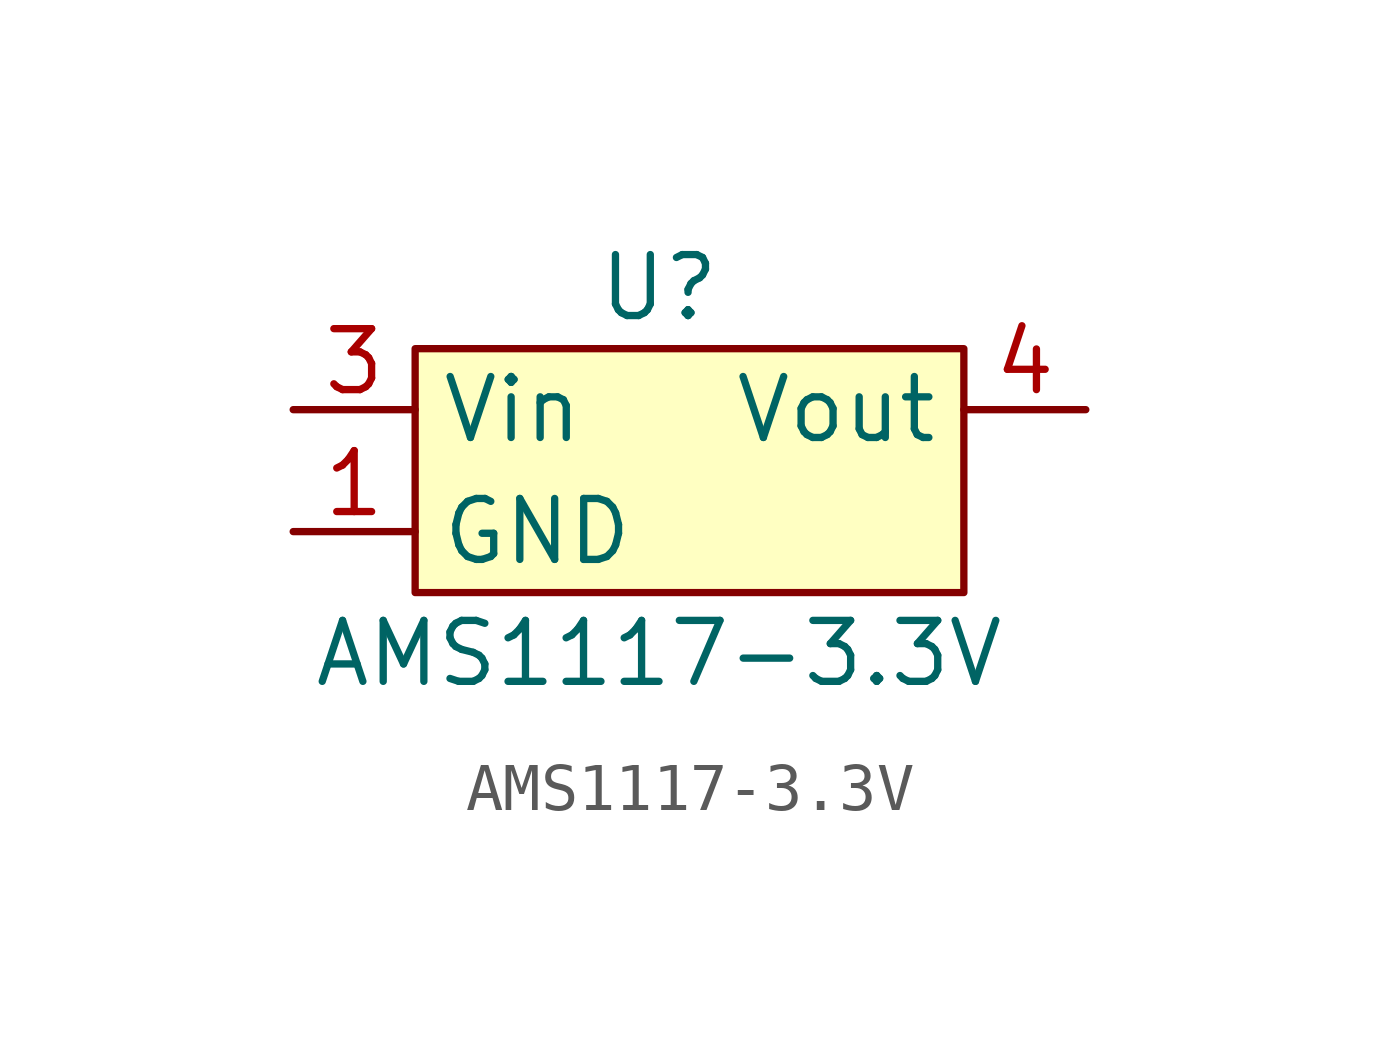
<source format=kicad_sym>
(kicad_symbol_lib
  (version 20211014)
  (generator kicad_symbol_editor)
  (symbol "AMS1117-3.3V"
    (property "Reference" "U"
      (at 0 3.81 0)
      (effects (font (size 1.27 1.27))))
    (property "Value" "AMS1117-3.3V"
      (at 0 -3.81 0)
      (effects (font (size 1.27 1.27))))
    (symbol "AMS1117-3.3V_0_1"
      (rectangle (start -5.08 2.54) (end 6.35 -2.54) (stroke (width 0) (type default) (color 0 0 0 0)) (fill (type background))))
    (symbol "AMS1117-3.3V_1_1"
      (pin power_in line (at -7.62 -1.27 0) (length 2.54) (name "GND" (effects (font (size 1.27 1.27)))) (number "1" (effects (font (size 1.27 1.27)))))
      (pin unspecified line (at 8.89 1.27 180) (length 2.54) hide (name "Vout" (effects (font (size 1.27 1.27)))) (number "2" (effects (font (size 1.27 1.27)))))
      (pin power_in line (at -7.62 1.27 0) (length 2.54) (name "Vin" (effects (font (size 1.27 1.27)))) (number "3" (effects (font (size 1.27 1.27)))))
      (pin power_out line (at 8.89 1.27 180) (length 2.54) (name "Vout" (effects (font (size 1.27 1.27)))) (number "4" (effects (font (size 1.27 1.27))))))))
</source>
